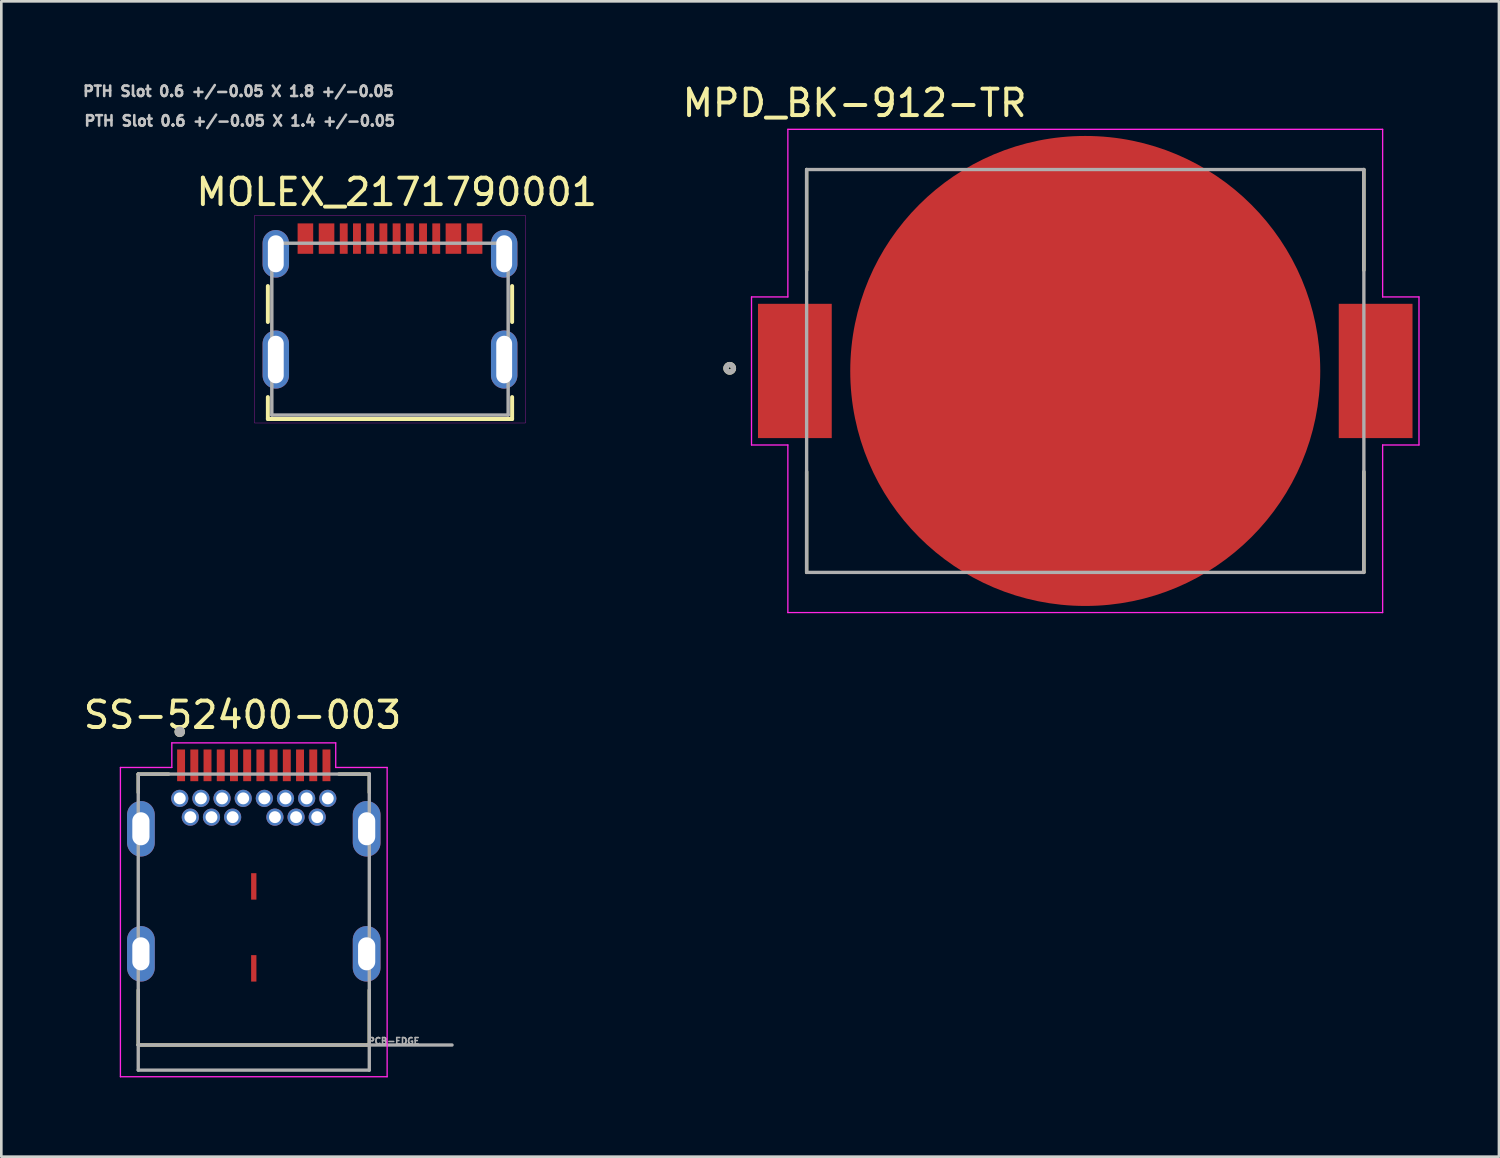
<source format=kicad_pcb>
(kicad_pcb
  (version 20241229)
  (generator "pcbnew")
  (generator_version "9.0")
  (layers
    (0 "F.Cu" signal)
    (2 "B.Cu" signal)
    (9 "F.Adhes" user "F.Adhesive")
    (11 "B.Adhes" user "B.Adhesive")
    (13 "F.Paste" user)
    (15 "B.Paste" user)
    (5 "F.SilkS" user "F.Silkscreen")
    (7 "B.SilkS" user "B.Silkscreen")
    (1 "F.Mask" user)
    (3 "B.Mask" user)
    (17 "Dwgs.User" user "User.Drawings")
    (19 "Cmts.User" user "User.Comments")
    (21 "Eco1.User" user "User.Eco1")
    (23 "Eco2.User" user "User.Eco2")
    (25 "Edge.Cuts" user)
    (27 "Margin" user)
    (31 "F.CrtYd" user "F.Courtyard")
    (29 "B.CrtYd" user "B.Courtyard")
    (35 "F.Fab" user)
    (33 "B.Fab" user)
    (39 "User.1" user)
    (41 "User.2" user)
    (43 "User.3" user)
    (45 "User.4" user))
  (footprint "MOLEX_2171790001"
    (layer "F.Cu")
    (at 11.703 9.401)
    (property "Reference" "MOLEX_2171790001" (at 0.255 -5.185 0) (layer "F.SilkS") (effects (font (size 1 1) (thickness 0.15))))
    (attr smd)
    (fp_poly (pts (xy -3.558 -4.064) (xy -2.841 -4.064) (xy -2.841 -2.787) (xy -3.558 -2.787)) (stroke (width 0.01) (type solid)) (fill yes) (layer "F.Mask"))
    (fp_poly (pts (xy -2.759 -4.064) (xy -2.042 -4.064) (xy -2.042 -2.787) (xy -2.759 -2.787)) (stroke (width 0.01) (type solid)) (fill yes) (layer "F.Mask"))
    (fp_poly (pts (xy -1.962 -4.064) (xy -1.538 -4.064) (xy -1.538 -2.787) (xy -1.962 -2.787)) (stroke (width 0.01) (type solid)) (fill yes) (layer "F.Mask"))
    (fp_poly (pts (xy -1.462 -4.064) (xy -1.038 -4.064) (xy -1.038 -2.787) (xy -1.462 -2.787)) (stroke (width 0.01) (type solid)) (fill yes) (layer "F.Mask"))
    (fp_poly (pts (xy -0.963 -4.064) (xy -0.537 -4.064) (xy -0.537 -2.787) (xy -0.963 -2.787)) (stroke (width 0.01) (type solid)) (fill yes) (layer "F.Mask"))
    (fp_poly (pts (xy -0.463 -4.064) (xy -0.037 -4.064) (xy -0.037 -2.787) (xy -0.463 -2.787)) (stroke (width 0.01) (type solid)) (fill yes) (layer "F.Mask"))
    (fp_poly (pts (xy 0.037 -4.064) (xy 0.463 -4.064) (xy 0.463 -2.787) (xy 0.037 -2.787)) (stroke (width 0.01) (type solid)) (fill yes) (layer "F.Mask"))
    (fp_poly (pts (xy 0.537 -4.064) (xy 0.963 -4.064) (xy 0.963 -2.787) (xy 0.537 -2.787)) (stroke (width 0.01) (type solid)) (fill yes) (layer "F.Mask"))
    (fp_poly (pts (xy 1.038 -4.064) (xy 1.462 -4.064) (xy 1.462 -2.787) (xy 1.038 -2.787)) (stroke (width 0.01) (type solid)) (fill yes) (layer "F.Mask"))
    (fp_poly (pts (xy 1.538 -4.064) (xy 1.962 -4.064) (xy 1.962 -2.787) (xy 1.538 -2.787)) (stroke (width 0.01) (type solid)) (fill yes) (layer "F.Mask"))
    (fp_poly (pts (xy 2.042 -4.064) (xy 2.759 -4.064) (xy 2.759 -2.787) (xy 2.042 -2.787)) (stroke (width 0.01) (type solid)) (fill yes) (layer "F.Mask"))
    (fp_poly (pts (xy 2.841 -4.064) (xy 3.558 -4.064) (xy 3.558 -2.787) (xy 2.841 -2.787)) (stroke (width 0.01) (type solid)) (fill yes) (layer "F.Mask"))
    (fp_line (start -4.62 -0.27) (end -4.62 -1.63) (stroke (width 0.15) (type solid)) (layer "F.SilkS"))
    (fp_line (start -4.62 3.4) (end -4.62 2.57) (stroke (width 0.15) (type solid)) (layer "F.SilkS"))
    (fp_line (start 4.62 -1.63) (end 4.62 -0.27) (stroke (width 0.15) (type solid)) (layer "F.SilkS"))
    (fp_line (start 4.62 2.57) (end 4.62 3.4) (stroke (width 0.15) (type solid)) (layer "F.SilkS"))
    (fp_line (start 4.62 3.4) (end -4.62 3.4) (stroke (width 0.15) (type solid)) (layer "F.SilkS"))
    (fp_line (start -5.12 -4.3) (end 5.12 -4.3) (stroke (width 0.01) (type solid)) (layer "F.CrtYd"))
    (fp_line (start -5.12 3.55) (end -5.12 -4.3) (stroke (width 0.01) (type solid)) (layer "F.CrtYd"))
    (fp_line (start 5.12 -4.3) (end 5.12 3.55) (stroke (width 0.01) (type solid)) (layer "F.CrtYd"))
    (fp_line (start 5.12 3.55) (end -5.12 3.55) (stroke (width 0.01) (type solid)) (layer "F.CrtYd"))
    (fp_line (start -4.47 -3.25) (end 4.47 -3.25) (stroke (width 0.13) (type solid)) (layer "F.Fab"))
    (fp_line (start -4.47 3.25) (end -4.47 -3.25) (stroke (width 0.13) (type solid)) (layer "F.Fab"))
    (fp_line (start 4.47 -3.25) (end 4.47 3.25) (stroke (width 0.13) (type solid)) (layer "F.Fab"))
    (fp_line (start 4.47 3.25) (end -4.47 3.25) (stroke (width 0.13) (type solid)) (layer "F.Fab"))
    (fp_text user "PTH Slot 0.6 +/-0.05 X 1.8 +/-0.05" (at -5.736 -8.998 0) (layer "Dwgs.User") (effects (font (size 0.394 0.394) (thickness 0.098))))
    (fp_text user "PTH Slot 0.6 +/-0.05 X 1.4 +/-0.05" (at -5.686 -7.878 0) (layer "Dwgs.User") (effects (font (size 0.394 0.394) (thickness 0.098))))
    (pad "A1B12" smd rect (at -3.2 -3.425) (size 0.59 1.15) (layers "F.Cu" "F.Paste"))
    (pad "A4B9" smd rect (at -2.4 -3.425) (size 0.59 1.15) (layers "F.Cu" "F.Paste"))
    (pad "A5" smd rect (at -1.25 -3.425) (size 0.298 1.15) (layers "F.Cu" "F.Paste"))
    (pad "A6" smd rect (at -0.25 -3.425) (size 0.298 1.15) (layers "F.Cu" "F.Paste"))
    (pad "A7" smd rect (at 0.25 -3.425) (size 0.298 1.15) (layers "F.Cu" "F.Paste"))
    (pad "A8" smd rect (at 1.25 -3.425) (size 0.298 1.15) (layers "F.Cu" "F.Paste"))
    (pad "B1A12" smd rect (at 3.2 -3.425) (size 0.59 1.15) (layers "F.Cu" "F.Paste"))
    (pad "B4A9" smd rect (at 2.4 -3.425) (size 0.59 1.15) (layers "F.Cu" "F.Paste"))
    (pad "B5" smd rect (at 1.75 -3.425) (size 0.298 1.15) (layers "F.Cu" "F.Paste"))
    (pad "B6" smd rect (at 0.75 -3.425) (size 0.298 1.15) (layers "F.Cu" "F.Paste"))
    (pad "B7" smd rect (at -0.75 -3.425) (size 0.298 1.15) (layers "F.Cu" "F.Paste"))
    (pad "B8" smd rect (at -1.75 -3.425) (size 0.298 1.15) (layers "F.Cu" "F.Paste"))
    (pad "SH1" thru_hole oval (at -4.32 1.15) (size 1 2.2) (drill oval 0.6 1.8) (layers "*.Cu" "*.Mask"))
    (pad "SH2" thru_hole oval (at 4.32 1.15) (size 1 2.2) (drill oval 0.6 1.8) (layers "*.Cu" "*.Mask"))
    (pad "SH3" thru_hole oval (at -4.32 -2.85) (size 1 1.8) (drill oval 0.6 1.4) (layers "*.Cu" "*.Mask"))
    (pad "SH4" thru_hole oval (at 4.32 -2.85) (size 1 1.8) (drill oval 0.6 1.4) (layers "*.Cu" "*.Mask")))
  (footprint "SS-52400-003"
    (layer "F.Cu")
    (at 6.55 33.032)
    (property "Reference" "SS-52400-003" (at -0.425 -9.035 0) (layer "F.SilkS") (effects (font (size 1 1) (thickness 0.15))))
    (attr through_hole)
    (fp_line (start -4.37 -6.8) (end -4.37 -6.1) (stroke (width 0.127) (type solid)) (layer "F.SilkS"))
    (fp_line (start -4.37 1.37) (end -4.37 3.45) (stroke (width 0.127) (type solid)) (layer "F.SilkS"))
    (fp_line (start -4.37 3.45) (end 4.37 3.45) (stroke (width 0.127) (type solid)) (layer "F.SilkS"))
    (fp_line (start -3.22 -6.8) (end -4.37 -6.8) (stroke (width 0.127) (type solid)) (layer "F.SilkS"))
    (fp_line (start 3.22 -6.8) (end 4.37 -6.8) (stroke (width 0.127) (type solid)) (layer "F.SilkS"))
    (fp_line (start 4.37 -6.8) (end 4.37 -6.1) (stroke (width 0.127) (type solid)) (layer "F.SilkS"))
    (fp_line (start 4.37 3.45) (end 4.37 1.37) (stroke (width 0.127) (type solid)) (layer "F.SilkS"))
    (fp_circle (center -2.8 -8.4) (end -2.7 -8.4) (stroke (width 0.2) (type solid)) (fill no) (layer "F.SilkS"))
    (fp_line (start -5.045 -7.05) (end -5.045 4.65) (stroke (width 0.05) (type solid)) (layer "F.CrtYd"))
    (fp_line (start -5.045 4.65) (end 5.045 4.65) (stroke (width 0.05) (type solid)) (layer "F.CrtYd"))
    (fp_line (start -3.1 -7.98) (end -3.1 -7.05) (stroke (width 0.05) (type solid)) (layer "F.CrtYd"))
    (fp_line (start -3.1 -7.05) (end -5.045 -7.05) (stroke (width 0.05) (type solid)) (layer "F.CrtYd"))
    (fp_line (start 3.1 -7.98) (end -3.1 -7.98) (stroke (width 0.05) (type solid)) (layer "F.CrtYd"))
    (fp_line (start 3.1 -7.05) (end 3.1 -7.98) (stroke (width 0.05) (type solid)) (layer "F.CrtYd"))
    (fp_line (start 5.045 -7.05) (end 3.1 -7.05) (stroke (width 0.05) (type solid)) (layer "F.CrtYd"))
    (fp_line (start 5.045 4.65) (end 5.045 -7.05) (stroke (width 0.05) (type solid)) (layer "F.CrtYd"))
    (fp_line (start -4.37 -6.8) (end 4.37 -6.8) (stroke (width 0.127) (type solid)) (layer "F.Fab"))
    (fp_line (start -4.37 3.45) (end -4.37 -6.8) (stroke (width 0.127) (type solid)) (layer "F.Fab"))
    (fp_line (start -4.37 3.45) (end 7.5 3.45) (stroke (width 0.127) (type solid)) (layer "F.Fab"))
    (fp_line (start -4.37 4.4) (end -4.37 3.45) (stroke (width 0.127) (type solid)) (layer "F.Fab"))
    (fp_line (start 4.37 -6.8) (end 4.37 4.4) (stroke (width 0.127) (type solid)) (layer "F.Fab"))
    (fp_line (start 4.37 4.4) (end -4.37 4.4) (stroke (width 0.127) (type solid)) (layer "F.Fab"))
    (fp_circle (center -2.8 -8.4) (end -2.7 -8.4) (stroke (width 0.2) (type solid)) (fill no) (layer "F.Fab"))
    (fp_text user "PCB-EDGE" (at 5.3 3.3 0) (layer "F.Fab") (effects (font (size 0.24 0.24) (thickness 0.15))))
    (pad "A1" smd rect (at -2.75 -7.13) (size 0.3 1.2) (layers "F.Cu" "F.Mask" "F.Paste"))
    (pad "A2" smd rect (at -2.25 -7.13) (size 0.3 1.2) (layers "F.Cu" "F.Mask" "F.Paste"))
    (pad "A3" smd rect (at -1.75 -7.13) (size 0.3 1.2) (layers "F.Cu" "F.Mask" "F.Paste"))
    (pad "A4" smd rect (at -1.25 -7.13) (size 0.3 1.2) (layers "F.Cu" "F.Mask" "F.Paste"))
    (pad "A5" smd rect (at -0.75 -7.13) (size 0.3 1.2) (layers "F.Cu" "F.Mask" "F.Paste"))
    (pad "A6" smd rect (at -0.25 -7.13) (size 0.3 1.2) (layers "F.Cu" "F.Mask" "F.Paste"))
    (pad "A7" smd rect (at 0.25 -7.13) (size 0.3 1.2) (layers "F.Cu" "F.Mask" "F.Paste"))
    (pad "A8" smd rect (at 0.75 -7.13) (size 0.3 1.2) (layers "F.Cu" "F.Mask" "F.Paste"))
    (pad "A9" smd rect (at 1.25 -7.13) (size 0.3 1.2) (layers "F.Cu" "F.Mask" "F.Paste"))
    (pad "A10" smd rect (at 1.75 -7.13) (size 0.3 1.2) (layers "F.Cu" "F.Mask" "F.Paste"))
    (pad "A11" smd rect (at 2.25 -7.13) (size 0.3 1.2) (layers "F.Cu" "F.Mask" "F.Paste"))
    (pad "A12" smd rect (at 2.75 -7.13) (size 0.3 1.2) (layers "F.Cu" "F.Mask" "F.Paste"))
    (pad "B1" thru_hole circle (at 2.8 -5.88) (size 0.65 0.65) (drill 0.45) (layers "*.Cu" "*.Mask"))
    (pad "B2" thru_hole circle (at 2.4 -5.17) (size 0.65 0.65) (drill 0.45) (layers "*.Cu" "*.Mask"))
    (pad "B3" thru_hole circle (at 1.6 -5.17) (size 0.65 0.65) (drill 0.45) (layers "*.Cu" "*.Mask"))
    (pad "B4" thru_hole circle (at 1.2 -5.88) (size 0.65 0.65) (drill 0.45) (layers "*.Cu" "*.Mask"))
    (pad "B5" thru_hole circle (at 0.8 -5.17) (size 0.65 0.65) (drill 0.45) (layers "*.Cu" "*.Mask"))
    (pad "B6" thru_hole circle (at 0.4 -5.88) (size 0.65 0.65) (drill 0.45) (layers "*.Cu" "*.Mask"))
    (pad "B7" thru_hole circle (at -0.4 -5.88) (size 0.65 0.65) (drill 0.45) (layers "*.Cu" "*.Mask"))
    (pad "B8" thru_hole circle (at -0.8 -5.17) (size 0.65 0.65) (drill 0.45) (layers "*.Cu" "*.Mask"))
    (pad "B9" thru_hole circle (at -1.2 -5.88) (size 0.65 0.65) (drill 0.45) (layers "*.Cu" "*.Mask"))
    (pad "B10" thru_hole circle (at -1.6 -5.17) (size 0.65 0.65) (drill 0.45) (layers "*.Cu" "*.Mask"))
    (pad "B11" thru_hole circle (at -2.4 -5.17) (size 0.65 0.65) (drill 0.45) (layers "*.Cu" "*.Mask"))
    (pad "B12" thru_hole circle (at -2.8 -5.88) (size 0.65 0.65) (drill 0.45) (layers "*.Cu" "*.Mask"))
    (pad "G1" thru_hole circle (at 2 -5.88) (size 0.65 0.65) (drill 0.45) (layers "*.Cu" "*.Mask"))
    (pad "G2" thru_hole circle (at -2 -5.88) (size 0.65 0.65) (drill 0.45) (layers "*.Cu" "*.Mask"))
    (pad "G3" smd rect (at 0 -2.55) (size 0.2 1) (layers "F.Cu" "F.Mask" "F.Paste"))
    (pad "G4" smd rect (at 0 0.55) (size 0.2 1) (layers "F.Cu" "F.Mask" "F.Paste"))
    (pad "S1" thru_hole oval (at -4.27 -4.73) (size 1.05 2.1) (drill oval 0.65 1.25) (layers "*.Cu" "*.Mask"))
    (pad "S2" thru_hole oval (at 4.27 -4.73) (size 1.05 2.1) (drill oval 0.65 1.25) (layers "*.Cu" "*.Mask"))
    (pad "S3" thru_hole oval (at -4.27 0) (size 1.05 2.1) (drill oval 0.65 1.25) (layers "*.Cu" "*.Mask"))
    (pad "S4" thru_hole oval (at 4.27 0) (size 1.05 2.1) (drill oval 0.65 1.25) (layers "*.Cu" "*.Mask")))
  (footprint "MPD_BK-912-TR"
    (layer "F.Cu")
    (at 38.004 10.983)
    (property "Reference" "MPD_BK-912-TR" (at -8.725 -10.135 0) (layer "F.SilkS") (effects (font (size 1 1) (thickness 0.15))))
    (attr through_hole)
    (fp_line (start -10.54 -3.81) (end -10.54 -7.62) (stroke (width 0.127) (type solid)) (layer "F.SilkS"))
    (fp_line (start -10.54 7.62) (end -10.54 3.81) (stroke (width 0.127) (type solid)) (layer "F.SilkS"))
    (fp_line (start 10.54 -7.62) (end 10.54 -3.81) (stroke (width 0.127) (type solid)) (layer "F.SilkS"))
    (fp_line (start 10.54 3.81) (end 10.54 7.62) (stroke (width 0.127) (type solid)) (layer "F.SilkS"))
    (fp_circle (center -13.45 -0.1) (end -13.309 -0.1) (stroke (width 0.2) (type solid)) (fill no) (layer "F.SilkS"))
    (fp_line (start -12.625 -2.8) (end -11.25 -2.8) (stroke (width 0.05) (type solid)) (layer "F.CrtYd"))
    (fp_line (start -12.625 2.8) (end -12.625 -2.8) (stroke (width 0.05) (type solid)) (layer "F.CrtYd"))
    (fp_line (start -11.25 -9.14) (end 11.25 -9.14) (stroke (width 0.05) (type solid)) (layer "F.CrtYd"))
    (fp_line (start -11.25 -2.8) (end -11.25 -9.14) (stroke (width 0.05) (type solid)) (layer "F.CrtYd"))
    (fp_line (start -11.25 2.8) (end -12.625 2.8) (stroke (width 0.05) (type solid)) (layer "F.CrtYd"))
    (fp_line (start -11.25 9.14) (end -11.25 2.8) (stroke (width 0.05) (type solid)) (layer "F.CrtYd"))
    (fp_line (start 11.25 -9.14) (end 11.25 -2.8) (stroke (width 0.05) (type solid)) (layer "F.CrtYd"))
    (fp_line (start 11.25 -2.8) (end 12.625 -2.8) (stroke (width 0.05) (type solid)) (layer "F.CrtYd"))
    (fp_line (start 11.25 2.8) (end 11.25 9.14) (stroke (width 0.05) (type solid)) (layer "F.CrtYd"))
    (fp_line (start 11.25 9.14) (end -11.25 9.14) (stroke (width 0.05) (type solid)) (layer "F.CrtYd"))
    (fp_line (start 12.625 -2.8) (end 12.625 2.8) (stroke (width 0.05) (type solid)) (layer "F.CrtYd"))
    (fp_line (start 12.625 2.8) (end 11.25 2.8) (stroke (width 0.05) (type solid)) (layer "F.CrtYd"))
    (fp_line (start -10.54 -7.62) (end 10.54 -7.62) (stroke (width 0.127) (type solid)) (layer "F.Fab"))
    (fp_line (start -10.54 7.62) (end -10.54 -7.62) (stroke (width 0.127) (type solid)) (layer "F.Fab"))
    (fp_line (start 10.54 -7.62) (end 10.54 7.62) (stroke (width 0.127) (type solid)) (layer "F.Fab"))
    (fp_line (start 10.54 7.62) (end -10.54 7.62) (stroke (width 0.127) (type solid)) (layer "F.Fab"))
    (fp_circle (center -13.45 -0.1) (end -13.309 -0.1) (stroke (width 0.2) (type solid)) (fill no) (layer "F.Fab"))
    (pad "1" smd rect (at -10.985 0) (size 2.79 5.08) (layers "F.Cu" "F.Mask" "F.Paste"))
    (pad "2" smd rect (at 10.985 0) (size 2.79 5.08) (layers "F.Cu" "F.Mask" "F.Paste"))
    (pad "3" smd circle (at 0 0) (size 17.78 17.78) (layers "F.Cu" "F.Mask" "F.Paste")))
  (gr_rect
    (start -3 -3)
    (end 53.654 40.706)
    (stroke (width 0.1) (type default))
    (fill no)
    (layer "Edge.Cuts")))
</source>
